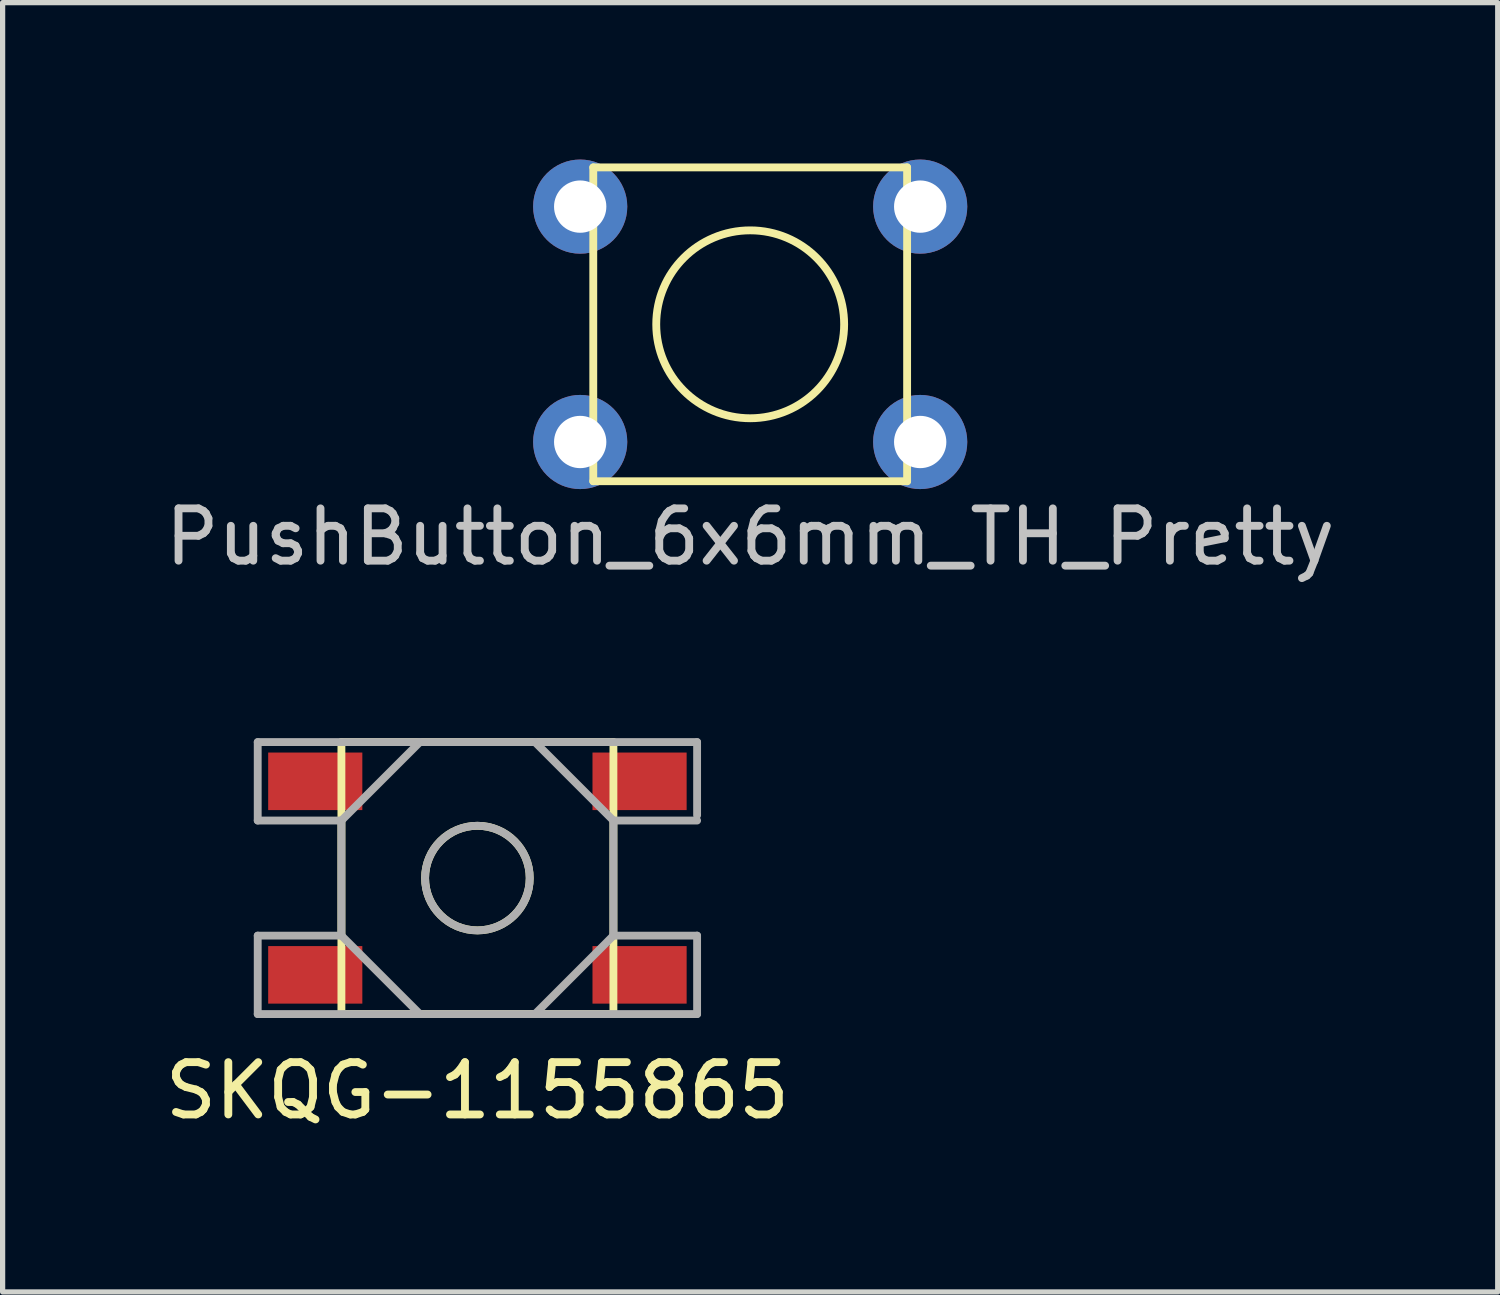
<source format=kicad_pcb>
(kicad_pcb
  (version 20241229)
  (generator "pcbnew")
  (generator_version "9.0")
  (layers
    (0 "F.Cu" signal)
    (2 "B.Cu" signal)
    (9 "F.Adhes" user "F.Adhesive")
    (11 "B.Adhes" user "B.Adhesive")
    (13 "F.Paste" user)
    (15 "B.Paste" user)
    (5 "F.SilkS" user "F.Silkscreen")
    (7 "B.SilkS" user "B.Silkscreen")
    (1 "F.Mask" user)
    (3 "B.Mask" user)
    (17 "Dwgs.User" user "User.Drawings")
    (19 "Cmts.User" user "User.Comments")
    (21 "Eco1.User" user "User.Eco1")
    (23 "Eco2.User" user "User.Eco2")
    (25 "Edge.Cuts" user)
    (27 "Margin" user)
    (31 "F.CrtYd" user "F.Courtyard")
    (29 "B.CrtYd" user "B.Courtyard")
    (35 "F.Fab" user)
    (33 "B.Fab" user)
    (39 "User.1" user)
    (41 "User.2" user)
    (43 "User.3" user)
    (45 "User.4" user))
  (footprint "PushButton_6x6mm_TH_Pretty"
    (layer "F.Cu")
    (at 11.292 3.15)
    (property "Reference" "PushButton_6x6mm_TH_Pretty" (at 0 4.064 0) (layer "Dwgs.User") (effects (font (size 1 1) (thickness 0.15))))
    (attr through_hole)
    (fp_line (start -3 -3) (end 3 -3) (stroke (width 0.15) (type solid)) (layer "F.SilkS"))
    (fp_line (start -3 3) (end -3 -3) (stroke (width 0.15) (type solid)) (layer "F.SilkS"))
    (fp_line (start 3 -3) (end 3 3) (stroke (width 0.15) (type solid)) (layer "F.SilkS"))
    (fp_line (start 3 3) (end -3 3) (stroke (width 0.15) (type solid)) (layer "F.SilkS"))
    (fp_circle (center 0 0) (end 1.27 -1.27) (stroke (width 0.15) (type solid)) (fill no) (layer "F.SilkS"))
    (pad "1" thru_hole circle (at 3.25 -2.25) (size 1.8 1.8) (drill 1) (layers "*.Cu" "B.Mask"))
    (pad "2" thru_hole circle (at -3.25 2.25) (size 1.8 1.8) (drill 1) (layers "*.Cu" "B.Mask"))
    (pad "3" thru_hole circle (at 3.25 2.25) (size 1.8 1.8) (drill 1) (layers "*.Cu" "B.Mask"))
    (pad "4" thru_hole circle (at -3.25 -2.25) (size 1.8 1.8) (drill 1) (layers "*.Cu" "B.Mask")))
  (footprint "SKQG-1155865"
    (layer "F.Cu")
    (at 6.077 13.737)
    (property "Reference" "SKQG-1155865" (at 0 4.064 0) (layer "F.SilkS") (effects (font (size 1 1) (thickness 0.15))))
    (attr smd)
    (fp_line (start -2.6 -2.6) (end 2.6 -2.6) (stroke (width 0.15) (type solid)) (layer "F.SilkS"))
    (fp_line (start -2.6 2.6) (end -2.6 -2.6) (stroke (width 0.15) (type solid)) (layer "F.SilkS"))
    (fp_line (start 2.6 -2.6) (end 2.6 2.6) (stroke (width 0.15) (type solid)) (layer "F.SilkS"))
    (fp_line (start 2.6 2.6) (end -2.6 2.6) (stroke (width 0.15) (type solid)) (layer "F.SilkS"))
    (fp_circle (center 0 0) (end 1 0) (stroke (width 0.15) (type solid)) (fill no) (layer "F.SilkS"))
    (fp_line (start -4.2 -2.6) (end 4.2 -2.6) (stroke (width 0.15) (type solid)) (layer "F.Fab"))
    (fp_line (start -4.2 -1.1) (end -4.2 -2.6) (stroke (width 0.15) (type solid)) (layer "F.Fab"))
    (fp_line (start -4.2 1.1) (end -2.6 1.1) (stroke (width 0.15) (type solid)) (layer "F.Fab"))
    (fp_line (start -4.2 2.6) (end -4.2 1.1) (stroke (width 0.15) (type solid)) (layer "F.Fab"))
    (fp_line (start -2.6 -1.1) (end -4.2 -1.1) (stroke (width 0.15) (type solid)) (layer "F.Fab"))
    (fp_line (start -2.6 -1.1) (end -1.1 -2.6) (stroke (width 0.15) (type solid)) (layer "F.Fab"))
    (fp_line (start -2.6 1.1) (end -2.6 -1.1) (stroke (width 0.15) (type solid)) (layer "F.Fab"))
    (fp_line (start -2.6 1.1) (end -1.1 2.6) (stroke (width 0.15) (type solid)) (layer "F.Fab"))
    (fp_line (start 2.6 -1.1) (end 1.1 -2.6) (stroke (width 0.15) (type solid)) (layer "F.Fab"))
    (fp_line (start 2.6 -1.1) (end 2.6 1.1) (stroke (width 0.15) (type solid)) (layer "F.Fab"))
    (fp_line (start 2.6 1.1) (end 1.1 2.6) (stroke (width 0.15) (type solid)) (layer "F.Fab"))
    (fp_line (start 2.6 1.1) (end 4.2 1.1) (stroke (width 0.15) (type solid)) (layer "F.Fab"))
    (fp_line (start 4.2 -2.6) (end 4.2 -1.2) (stroke (width 0.15) (type solid)) (layer "F.Fab"))
    (fp_line (start 4.2 -1.1) (end 2.6 -1.1) (stroke (width 0.15) (type solid)) (layer "F.Fab"))
    (fp_line (start 4.2 1.1) (end 4.2 2.6) (stroke (width 0.15) (type solid)) (layer "F.Fab"))
    (fp_line (start 4.2 2.6) (end -4.2 2.6) (stroke (width 0.15) (type solid)) (layer "F.Fab"))
    (fp_circle (center 0 0) (end 1 0) (stroke (width 0.15) (type solid)) (fill no) (layer "F.Fab"))
    (pad "1" smd rect (at 3.1 1.85) (size 1.8 1.1) (layers "F.Cu" "F.Mask" "F.Paste"))
    (pad "2" smd rect (at -3.1 -1.85) (size 1.8 1.1) (layers "F.Cu" "F.Mask" "F.Paste"))
    (pad "3" smd rect (at 3.1 -1.85) (size 1.8 1.1) (layers "F.Cu" "F.Mask" "F.Paste"))
    (pad "4" smd rect (at -3.1 1.85) (size 1.8 1.1) (layers "F.Cu" "F.Mask" "F.Paste")))
  (gr_rect
    (start -3 -3)
    (end 25.583 21.649)
    (stroke (width 0.1) (type default))
    (fill no)
    (layer "Edge.Cuts")))
</source>
